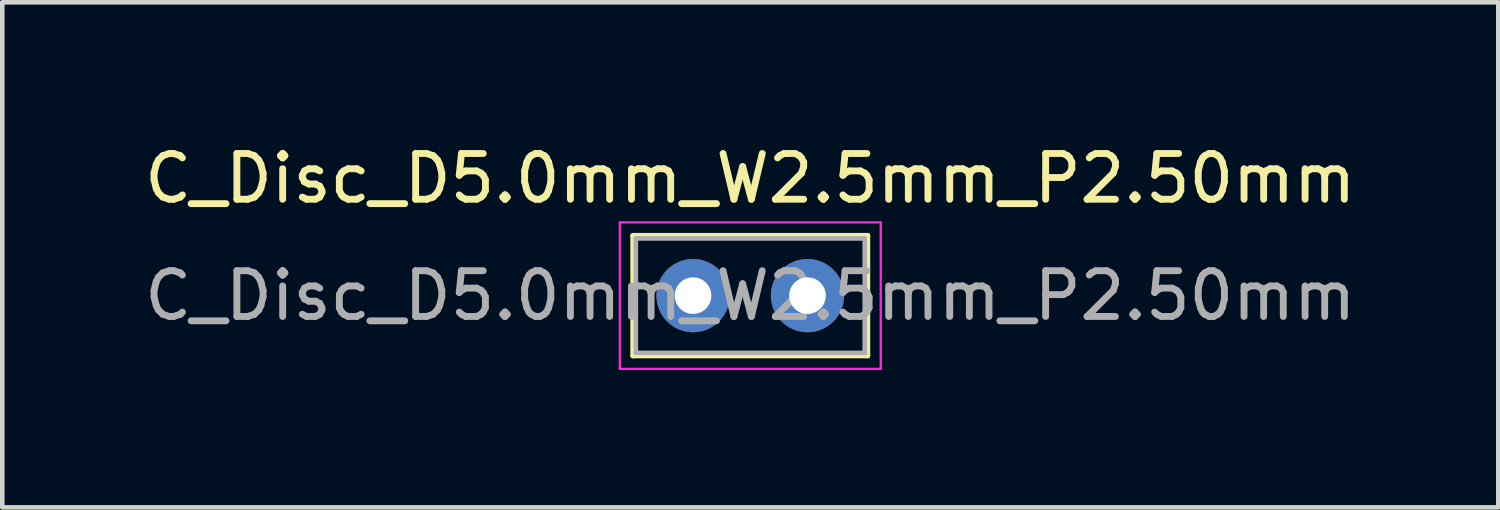
<source format=kicad_pcb>
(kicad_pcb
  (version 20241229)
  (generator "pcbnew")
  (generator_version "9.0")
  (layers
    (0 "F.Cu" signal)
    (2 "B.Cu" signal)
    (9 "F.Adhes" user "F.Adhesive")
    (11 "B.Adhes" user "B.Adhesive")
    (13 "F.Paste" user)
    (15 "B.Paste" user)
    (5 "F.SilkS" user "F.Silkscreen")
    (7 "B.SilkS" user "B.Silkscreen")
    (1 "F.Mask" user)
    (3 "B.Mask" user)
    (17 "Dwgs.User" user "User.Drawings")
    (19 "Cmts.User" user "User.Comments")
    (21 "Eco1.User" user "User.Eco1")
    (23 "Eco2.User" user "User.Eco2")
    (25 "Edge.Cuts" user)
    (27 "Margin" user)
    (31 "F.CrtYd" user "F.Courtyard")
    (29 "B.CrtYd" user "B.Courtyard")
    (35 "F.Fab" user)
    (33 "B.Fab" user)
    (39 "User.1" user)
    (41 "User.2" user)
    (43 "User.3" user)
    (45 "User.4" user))
  (footprint "C_Disc_D5.0mm_W2.5mm_P2.50mm"
    (layer "F.Cu")
    (at 12.089 3.408)
    (property "Reference" "C_Disc_D5.0mm_W2.5mm_P2.50mm" (at 1.25 -2.56 0) (layer "F.SilkS") (effects (font (size 1 1) (thickness 0.15))))
    (attr through_hole)
    (fp_line (start -1.31 -1.31) (end -1.31 1.31) (stroke (width 0.12) (type solid)) (layer "F.SilkS"))
    (fp_line (start -1.31 -1.31) (end 3.81 -1.31) (stroke (width 0.12) (type solid)) (layer "F.SilkS"))
    (fp_line (start -1.31 1.31) (end 3.81 1.31) (stroke (width 0.12) (type solid)) (layer "F.SilkS"))
    (fp_line (start 3.81 -1.31) (end 3.81 1.31) (stroke (width 0.12) (type solid)) (layer "F.SilkS"))
    (fp_line (start -1.6 -1.6) (end -1.6 1.6) (stroke (width 0.05) (type solid)) (layer "F.CrtYd"))
    (fp_line (start -1.6 1.6) (end 4.1 1.6) (stroke (width 0.05) (type solid)) (layer "F.CrtYd"))
    (fp_line (start 4.1 -1.6) (end -1.6 -1.6) (stroke (width 0.05) (type solid)) (layer "F.CrtYd"))
    (fp_line (start 4.1 1.6) (end 4.1 -1.6) (stroke (width 0.05) (type solid)) (layer "F.CrtYd"))
    (fp_line (start -1.25 -1.25) (end -1.25 1.25) (stroke (width 0.1) (type solid)) (layer "F.Fab"))
    (fp_line (start -1.25 1.25) (end 3.75 1.25) (stroke (width 0.1) (type solid)) (layer "F.Fab"))
    (fp_line (start 3.75 -1.25) (end -1.25 -1.25) (stroke (width 0.1) (type solid)) (layer "F.Fab"))
    (fp_line (start 3.75 1.25) (end 3.75 -1.25) (stroke (width 0.1) (type solid)) (layer "F.Fab"))
    (fp_text user "${REFERENCE}" (at 1.25 0 0) (layer "F.Fab") (effects (font (size 1 1) (thickness 0.15))))
    (pad "1" thru_hole circle (at 0 0) (size 1.6 1.6) (drill 0.8) (layers "*.Cu" "*.Mask"))
    (pad "2" thru_hole circle (at 2.5 0) (size 1.6 1.6) (drill 0.8) (layers "*.Cu" "*.Mask")))
  (gr_rect
    (start -3 -3)
    (end 29.679 8.033)
    (stroke (width 0.1) (type default))
    (fill no)
    (layer "Edge.Cuts")))
</source>
